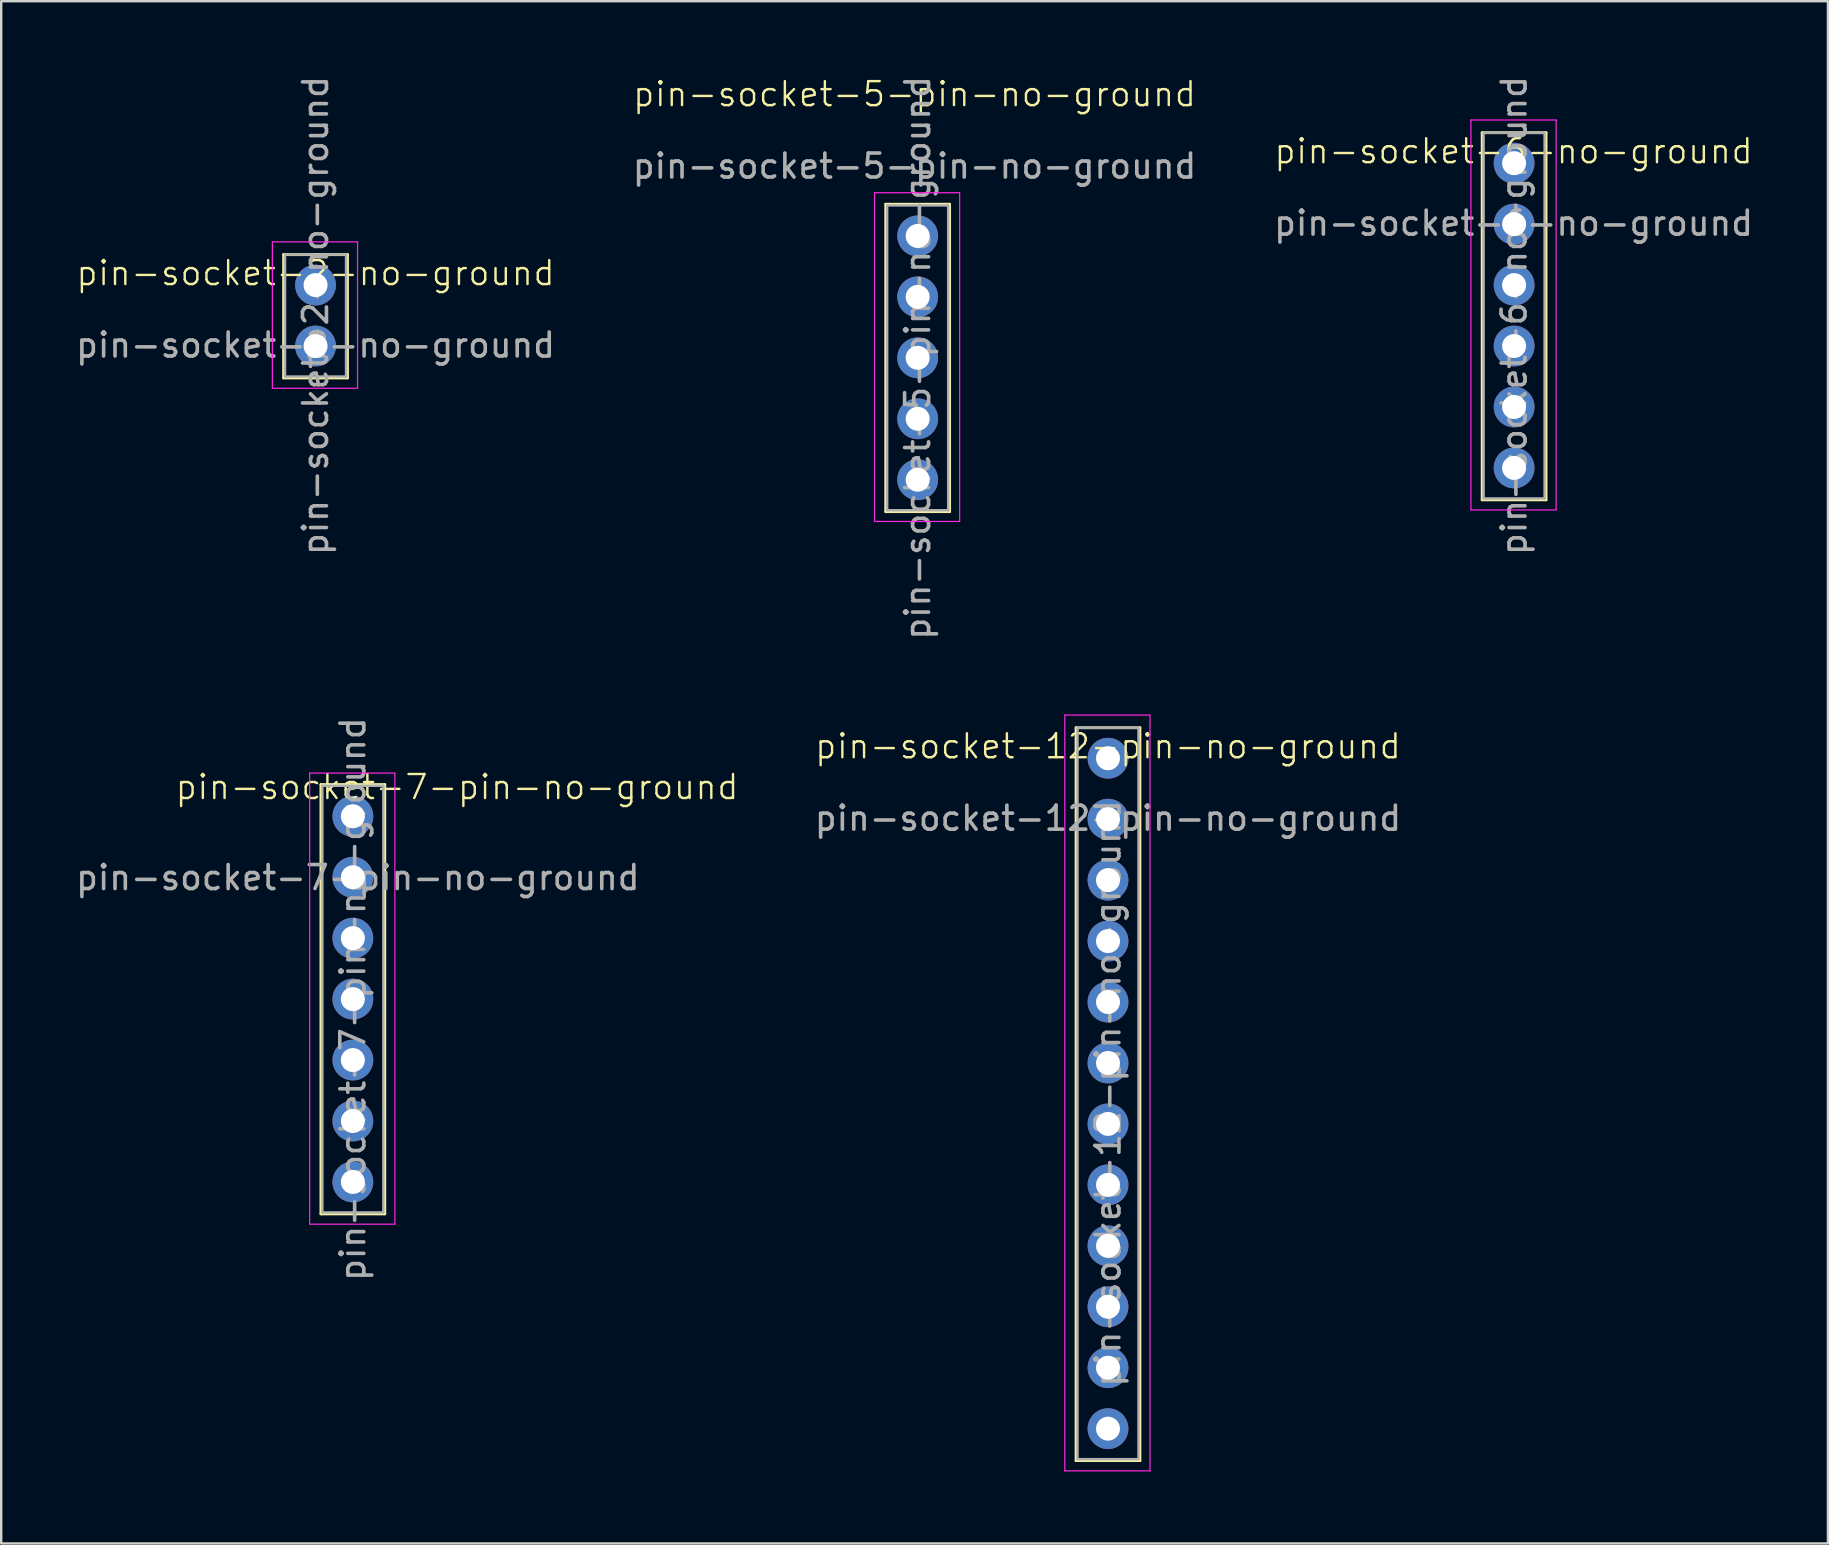
<source format=kicad_pcb>
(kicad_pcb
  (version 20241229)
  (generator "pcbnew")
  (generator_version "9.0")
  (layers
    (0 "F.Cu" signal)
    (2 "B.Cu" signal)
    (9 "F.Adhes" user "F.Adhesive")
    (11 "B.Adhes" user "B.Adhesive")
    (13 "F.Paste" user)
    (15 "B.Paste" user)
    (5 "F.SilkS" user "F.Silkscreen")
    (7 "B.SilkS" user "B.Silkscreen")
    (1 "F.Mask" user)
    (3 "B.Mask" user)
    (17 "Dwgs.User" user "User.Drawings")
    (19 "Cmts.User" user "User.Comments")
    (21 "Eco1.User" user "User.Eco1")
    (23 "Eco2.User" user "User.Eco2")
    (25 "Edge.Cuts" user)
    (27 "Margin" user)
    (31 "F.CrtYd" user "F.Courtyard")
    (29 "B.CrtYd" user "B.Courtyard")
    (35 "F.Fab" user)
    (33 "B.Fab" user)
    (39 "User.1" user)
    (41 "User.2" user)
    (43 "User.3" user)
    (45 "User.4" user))
  (footprint "pin-socket-6-no-ground"
    (layer "F.Cu")
    (at 60.052 3.751)
    (property "Reference" "pin-socket-6-no-ground" (at -0.022 -0.5 0) (unlocked yes) (layer "F.SilkS") (effects (font (size 1 1) (thickness 0.1))))
    (attr through_hole)
    (fp_line (start -1.33 -1.27) (end -1.33 14.03) (stroke (width 0.12) (type solid)) (layer "F.SilkS"))
    (fp_line (start -1.33 -1.27) (end 1.33 -1.27) (stroke (width 0.12) (type solid)) (layer "F.SilkS"))
    (fp_line (start -1.33 14.03) (end 1.33 14.03) (stroke (width 0.12) (type solid)) (layer "F.SilkS"))
    (fp_line (start 1.33 -1.27) (end 1.33 14.03) (stroke (width 0.12) (type solid)) (layer "F.SilkS"))
    (fp_line (start -1.8 -1.8) (end 1.75 -1.8) (stroke (width 0.05) (type solid)) (layer "F.CrtYd"))
    (fp_line (start -1.8 14.45) (end -1.8 -1.8) (stroke (width 0.05) (type solid)) (layer "F.CrtYd"))
    (fp_line (start 1.75 -1.8) (end 1.75 14.45) (stroke (width 0.05) (type solid)) (layer "F.CrtYd"))
    (fp_line (start 1.75 14.45) (end -1.8 14.45) (stroke (width 0.05) (type solid)) (layer "F.CrtYd"))
    (fp_line (start -1.27 -1.27) (end 1.248 -1.27) (stroke (width 0.1) (type solid)) (layer "F.Fab"))
    (fp_line (start -1.27 13.97) (end -1.27 -1.27) (stroke (width 0.1) (type solid)) (layer "F.Fab"))
    (fp_line (start 1.27 -1.27) (end 1.27 13.97) (stroke (width 0.1) (type solid)) (layer "F.Fab"))
    (fp_line (start 1.27 13.97) (end -1.27 13.97) (stroke (width 0.1) (type solid)) (layer "F.Fab"))
    (fp_text user "${REFERENCE}" (at 0 6.35 90) (layer "F.Fab") (effects (font (size 1 1) (thickness 0.15))))
    (fp_text user "${REFERENCE}" (at -0.022 2.5 0) (unlocked yes) (layer "F.Fab") (effects (font (size 1 1) (thickness 0.15))))
    (pad "1" thru_hole oval (at 0 0) (size 1.7 1.7) (drill 1) (layers "*.Cu" "*.Mask"))
    (pad "2" thru_hole oval (at 0 2.54) (size 1.7 1.7) (drill 1) (layers "*.Cu" "*.Mask"))
    (pad "3" thru_hole oval (at 0 5.08) (size 1.7 1.7) (drill 1) (layers "*.Cu" "*.Mask"))
    (pad "4" thru_hole oval (at 0 7.62) (size 1.7 1.7) (drill 1) (layers "*.Cu" "*.Mask"))
    (pad "5" thru_hole oval (at 0 10.16) (size 1.7 1.7) (drill 1) (layers "*.Cu" "*.Mask"))
    (pad "6" thru_hole oval (at 0 12.7) (size 1.7 1.7) (drill 1) (layers "*.Cu" "*.Mask")))
  (footprint "pin-socket-7-pin-no-ground"
    (layer "F.Cu")
    (at 11.656 30.969)
    (property "Reference" "pin-socket-7-pin-no-ground" (at 4.343 -1.219 0) (unlocked yes) (layer "F.SilkS") (effects (font (size 1 1) (thickness 0.1))))
    (attr through_hole)
    (fp_line (start -1.33 -1.321) (end -1.33 16.57) (stroke (width 0.12) (type solid)) (layer "F.SilkS"))
    (fp_line (start -1.33 -1.321) (end 1.33 -1.321) (stroke (width 0.12) (type solid)) (layer "F.SilkS"))
    (fp_line (start -1.33 16.57) (end 1.33 16.57) (stroke (width 0.12) (type solid)) (layer "F.SilkS"))
    (fp_line (start 1.33 -1.321) (end 1.33 16.57) (stroke (width 0.12) (type solid)) (layer "F.SilkS"))
    (fp_line (start -1.8 -1.8) (end 1.75 -1.8) (stroke (width 0.05) (type solid)) (layer "F.CrtYd"))
    (fp_line (start -1.8 17) (end -1.8 -1.8) (stroke (width 0.05) (type solid)) (layer "F.CrtYd"))
    (fp_line (start 1.75 -1.8) (end 1.75 17) (stroke (width 0.05) (type solid)) (layer "F.CrtYd"))
    (fp_line (start 1.75 17) (end -1.8 17) (stroke (width 0.05) (type solid)) (layer "F.CrtYd"))
    (fp_line (start -1.27 -1.27) (end 1.27 -1.27) (stroke (width 0.1) (type solid)) (layer "F.Fab"))
    (fp_line (start -1.27 16.51) (end -1.27 -1.27) (stroke (width 0.1) (type solid)) (layer "F.Fab"))
    (fp_line (start 1.27 -1.27) (end 1.27 16.51) (stroke (width 0.1) (type solid)) (layer "F.Fab"))
    (fp_line (start 1.27 16.51) (end -1.27 16.51) (stroke (width 0.1) (type solid)) (layer "F.Fab"))
    (fp_text user "${REFERENCE}" (at 0 7.62 90) (layer "F.Fab") (effects (font (size 1 1) (thickness 0.15))))
    (fp_text user "${REFERENCE}" (at 0.207 2.556 0) (unlocked yes) (layer "F.Fab") (effects (font (size 1 1) (thickness 0.15))))
    (pad "1" thru_hole oval (at 0 0) (size 1.7 1.7) (drill 1) (layers "*.Cu" "*.Mask"))
    (pad "2" thru_hole oval (at 0 2.54) (size 1.7 1.7) (drill 1) (layers "*.Cu" "*.Mask"))
    (pad "3" thru_hole oval (at 0 5.08) (size 1.7 1.7) (drill 1) (layers "*.Cu" "*.Mask"))
    (pad "4" thru_hole oval (at 0 7.62) (size 1.7 1.7) (drill 1) (layers "*.Cu" "*.Mask"))
    (pad "5" thru_hole oval (at 0 10.16) (size 1.7 1.7) (drill 1) (layers "*.Cu" "*.Mask"))
    (pad "6" thru_hole oval (at 0 12.7) (size 1.7 1.7) (drill 1) (layers "*.Cu" "*.Mask"))
    (pad "7" thru_hole oval (at 0 15.24) (size 1.7 1.7) (drill 1) (layers "*.Cu" "*.Mask")))
  (footprint "pin-socket-12-pin-no-ground"
    (layer "F.Cu")
    (at 43.127 28.551)
    (property "Reference" "pin-socket-12-pin-no-ground" (at 0 -0.5 0) (unlocked yes) (layer "F.SilkS") (effects (font (size 1 1) (thickness 0.1))))
    (attr through_hole)
    (fp_line (start -1.33 -1.27) (end -1.33 29.27) (stroke (width 0.12) (type solid)) (layer "F.SilkS"))
    (fp_line (start -1.33 -1.27) (end 1.33 -1.27) (stroke (width 0.12) (type solid)) (layer "F.SilkS"))
    (fp_line (start -1.33 29.27) (end 1.33 29.27) (stroke (width 0.12) (type solid)) (layer "F.SilkS"))
    (fp_line (start 1.33 -1.27) (end 1.33 29.27) (stroke (width 0.12) (type solid)) (layer "F.SilkS"))
    (fp_line (start -1.8 -1.8) (end 1.75 -1.8) (stroke (width 0.05) (type solid)) (layer "F.CrtYd"))
    (fp_line (start -1.8 29.7) (end -1.8 -1.8) (stroke (width 0.05) (type solid)) (layer "F.CrtYd"))
    (fp_line (start 1.75 -1.8) (end 1.75 29.7) (stroke (width 0.05) (type solid)) (layer "F.CrtYd"))
    (fp_line (start 1.75 29.7) (end -1.8 29.7) (stroke (width 0.05) (type solid)) (layer "F.CrtYd"))
    (fp_line (start -1.27 -1.27) (end 1.27 -1.27) (stroke (width 0.1) (type solid)) (layer "F.Fab"))
    (fp_line (start -1.27 29.21) (end -1.27 -1.27) (stroke (width 0.1) (type solid)) (layer "F.Fab"))
    (fp_line (start 1.27 -1.27) (end 1.27 29.21) (stroke (width 0.1) (type solid)) (layer "F.Fab"))
    (fp_line (start 1.27 29.21) (end -1.27 29.21) (stroke (width 0.1) (type solid)) (layer "F.Fab"))
    (fp_text user "${REFERENCE}" (at 0 2.5 0) (unlocked yes) (layer "F.Fab") (effects (font (size 1 1) (thickness 0.15))))
    (fp_text user "${REFERENCE}" (at 0 13.97 90) (layer "F.Fab") (effects (font (size 1 1) (thickness 0.15))))
    (pad "1" thru_hole oval (at 0 0) (size 1.7 1.7) (drill 1) (layers "*.Cu" "*.Mask"))
    (pad "2" thru_hole oval (at 0 2.54) (size 1.7 1.7) (drill 1) (layers "*.Cu" "*.Mask"))
    (pad "3" thru_hole oval (at 0 5.08) (size 1.7 1.7) (drill 1) (layers "*.Cu" "*.Mask"))
    (pad "4" thru_hole oval (at 0 7.62) (size 1.7 1.7) (drill 1) (layers "*.Cu" "*.Mask"))
    (pad "5" thru_hole oval (at 0 10.16) (size 1.7 1.7) (drill 1) (layers "*.Cu" "*.Mask"))
    (pad "6" thru_hole oval (at 0 12.7) (size 1.7 1.7) (drill 1) (layers "*.Cu" "*.Mask"))
    (pad "7" thru_hole oval (at 0 15.24) (size 1.7 1.7) (drill 1) (layers "*.Cu" "*.Mask"))
    (pad "8" thru_hole oval (at 0 17.78) (size 1.7 1.7) (drill 1) (layers "*.Cu" "*.Mask"))
    (pad "9" thru_hole oval (at 0 20.32) (size 1.7 1.7) (drill 1) (layers "*.Cu" "*.Mask"))
    (pad "10" thru_hole oval (at 0 22.86) (size 1.7 1.7) (drill 1) (layers "*.Cu" "*.Mask"))
    (pad "11" thru_hole oval (at 0 25.4) (size 1.7 1.7) (drill 1) (layers "*.Cu" "*.Mask"))
    (pad "12" thru_hole oval (at 0 27.94) (size 1.7 1.7) (drill 1) (layers "*.Cu" "*.Mask")))
  (footprint "pin-socket-2-no-ground"
    (layer "F.Cu")
    (at 10.101 8.831)
    (property "Reference" "pin-socket-2-no-ground" (at 0 -0.5 0) (unlocked yes) (layer "F.SilkS") (effects (font (size 1 1) (thickness 0.1))))
    (attr through_hole)
    (fp_line (start -1.33 -1.27) (end -1.33 3.87) (stroke (width 0.12) (type solid)) (layer "F.SilkS"))
    (fp_line (start -1.33 -1.27) (end 1.33 -1.27) (stroke (width 0.12) (type solid)) (layer "F.SilkS"))
    (fp_line (start -1.33 3.87) (end 1.33 3.87) (stroke (width 0.12) (type solid)) (layer "F.SilkS"))
    (fp_line (start 1.33 -1.27) (end 1.33 3.87) (stroke (width 0.12) (type solid)) (layer "F.SilkS"))
    (fp_line (start -1.8 -1.8) (end 1.75 -1.8) (stroke (width 0.05) (type solid)) (layer "F.CrtYd"))
    (fp_line (start -1.8 4.3) (end -1.8 -1.8) (stroke (width 0.05) (type solid)) (layer "F.CrtYd"))
    (fp_line (start 1.75 -1.8) (end 1.75 4.3) (stroke (width 0.05) (type solid)) (layer "F.CrtYd"))
    (fp_line (start 1.75 4.3) (end -1.8 4.3) (stroke (width 0.05) (type solid)) (layer "F.CrtYd"))
    (fp_line (start -1.27 -1.27) (end 1.27 -1.27) (stroke (width 0.1) (type solid)) (layer "F.Fab"))
    (fp_line (start -1.27 3.81) (end -1.27 -1.27) (stroke (width 0.1) (type solid)) (layer "F.Fab"))
    (fp_line (start 1.27 -1.27) (end 1.27 3.81) (stroke (width 0.1) (type solid)) (layer "F.Fab"))
    (fp_line (start 1.27 3.81) (end -1.27 3.81) (stroke (width 0.1) (type solid)) (layer "F.Fab"))
    (fp_text user "${REFERENCE}" (at 0 2.5 0) (unlocked yes) (layer "F.Fab") (effects (font (size 1 1) (thickness 0.15))))
    (fp_text user "${REFERENCE}" (at 0 1.27 90) (layer "F.Fab") (effects (font (size 1 1) (thickness 0.15))))
    (pad "1" thru_hole oval (at 0 0) (size 1.7 1.7) (drill 1) (layers "*.Cu" "*.Mask"))
    (pad "2" thru_hole oval (at 0 2.54) (size 1.7 1.7) (drill 1) (layers "*.Cu" "*.Mask")))
  (footprint "pin-socket-5-pin-no-ground"
    (layer "F.Cu")
    (at 35.195 6.783)
    (property "Reference" "pin-socket-5-pin-no-ground" (at -0.13 -5.91 0) (unlocked yes) (layer "F.SilkS") (effects (font (size 1 1) (thickness 0.1))))
    (attr through_hole)
    (fp_line (start -1.33 -1.321) (end -1.33 11.49) (stroke (width 0.12) (type solid)) (layer "F.SilkS"))
    (fp_line (start -1.33 -1.321) (end 1.33 -1.321) (stroke (width 0.12) (type solid)) (layer "F.SilkS"))
    (fp_line (start -1.33 11.49) (end 1.33 11.49) (stroke (width 0.12) (type solid)) (layer "F.SilkS"))
    (fp_line (start 1.33 -1.321) (end 1.33 11.49) (stroke (width 0.12) (type solid)) (layer "F.SilkS"))
    (fp_line (start -1.8 -1.8) (end 1.75 -1.8) (stroke (width 0.05) (type solid)) (layer "F.CrtYd"))
    (fp_line (start -1.8 11.9) (end -1.8 -1.8) (stroke (width 0.05) (type solid)) (layer "F.CrtYd"))
    (fp_line (start 1.75 -1.8) (end 1.75 11.9) (stroke (width 0.05) (type solid)) (layer "F.CrtYd"))
    (fp_line (start 1.75 11.9) (end -1.8 11.9) (stroke (width 0.05) (type solid)) (layer "F.CrtYd"))
    (fp_line (start -1.27 -1.27) (end 1.27 -1.27) (stroke (width 0.1) (type solid)) (layer "F.Fab"))
    (fp_line (start -1.27 11.43) (end -1.27 -1.27) (stroke (width 0.1) (type solid)) (layer "F.Fab"))
    (fp_line (start 1.27 -1.27) (end 1.27 11.43) (stroke (width 0.1) (type solid)) (layer "F.Fab"))
    (fp_line (start 1.27 11.43) (end -1.27 11.43) (stroke (width 0.1) (type solid)) (layer "F.Fab"))
    (fp_text user "${REFERENCE}" (at -0.13 -2.91 0) (unlocked yes) (layer "F.Fab") (effects (font (size 1 1) (thickness 0.15))))
    (fp_text user "${REFERENCE}" (at 0 5.08 90) (layer "F.Fab") (effects (font (size 1 1) (thickness 0.15))))
    (pad "1" thru_hole oval (at 0 0) (size 1.7 1.7) (drill 1) (layers "*.Cu" "*.Mask"))
    (pad "2" thru_hole oval (at 0 2.54) (size 1.7 1.7) (drill 1) (layers "*.Cu" "*.Mask"))
    (pad "3" thru_hole oval (at 0 5.08) (size 1.7 1.7) (drill 1) (layers "*.Cu" "*.Mask"))
    (pad "4" thru_hole oval (at 0 7.62) (size 1.7 1.7) (drill 1) (layers "*.Cu" "*.Mask"))
    (pad "5" thru_hole oval (at 0 10.16) (size 1.7 1.7) (drill 1) (layers "*.Cu" "*.Mask")))
  (gr_rect
    (start -3 -3)
    (end 73.131 61.276)
    (stroke (width 0.1) (type default))
    (fill no)
    (layer "Edge.Cuts")))
</source>
